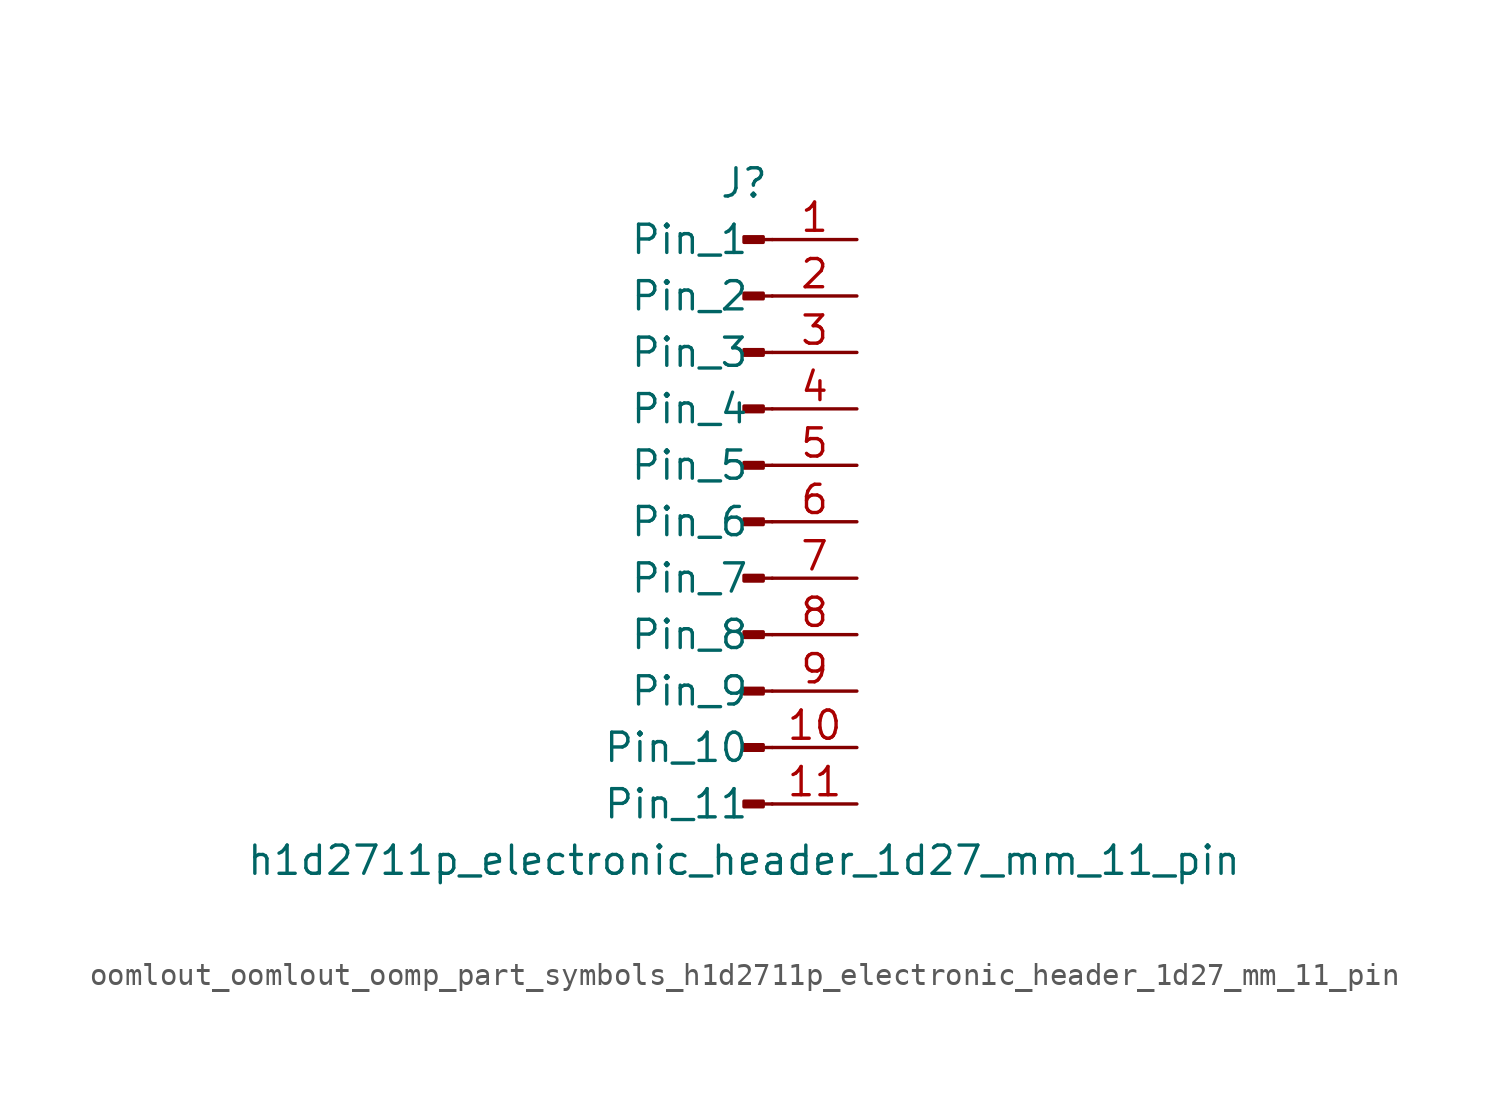
<source format=kicad_sym>
(kicad_symbol_lib
  (version 20220914)
  (generator kicad_symbol_editor)
  (symbol "oomlout_oomlout_oomp_part_symbols_h1d2711p_electronic_header_1d27_mm_11_pin"
    (pin_names
      (offset 1.016))
    (property "Reference" "J"
      (at 0 15.24 0)
      (effects (font (size 1.27 1.27))))
    (property "Value" "h1d2711p_electronic_header_1d27_mm_11_pin"
      (at 0 -15.24 0)
      (effects (font (size 1.27 1.27))))
    (property "ki_locked" ""
      (at 0 0 0)
      (effects (font (size 1.27 1.27))))
    (symbol "oomlout_oomlout_oomp_part_symbols_h1d2711p_electronic_header_1d27_mm_11_pin_1_1"
      (polyline (pts (xy 1.27 -12.7) (xy 0.864 -12.7)) (stroke (width 0.152) (type default)) (fill (type none)))
      (polyline (pts (xy 1.27 -10.16) (xy 0.864 -10.16)) (stroke (width 0.152) (type default)) (fill (type none)))
      (polyline (pts (xy 1.27 -7.62) (xy 0.864 -7.62)) (stroke (width 0.152) (type default)) (fill (type none)))
      (polyline (pts (xy 1.27 -5.08) (xy 0.864 -5.08)) (stroke (width 0.152) (type default)) (fill (type none)))
      (polyline (pts (xy 1.27 -2.54) (xy 0.864 -2.54)) (stroke (width 0.152) (type default)) (fill (type none)))
      (polyline (pts (xy 1.27 0) (xy 0.864 0)) (stroke (width 0.152) (type default)) (fill (type none)))
      (polyline (pts (xy 1.27 2.54) (xy 0.864 2.54)) (stroke (width 0.152) (type default)) (fill (type none)))
      (polyline (pts (xy 1.27 5.08) (xy 0.864 5.08)) (stroke (width 0.152) (type default)) (fill (type none)))
      (polyline (pts (xy 1.27 7.62) (xy 0.864 7.62)) (stroke (width 0.152) (type default)) (fill (type none)))
      (polyline (pts (xy 1.27 10.16) (xy 0.864 10.16)) (stroke (width 0.152) (type default)) (fill (type none)))
      (polyline (pts (xy 1.27 12.7) (xy 0.864 12.7)) (stroke (width 0.152) (type default)) (fill (type none)))
      (rectangle (start 0.864 -12.573) (end 0 -12.827) (stroke (width 0.152) (type default)) (fill (type outline)))
      (rectangle (start 0.864 -10.033) (end 0 -10.287) (stroke (width 0.152) (type default)) (fill (type outline)))
      (rectangle (start 0.864 -7.493) (end 0 -7.747) (stroke (width 0.152) (type default)) (fill (type outline)))
      (rectangle (start 0.864 -4.953) (end 0 -5.207) (stroke (width 0.152) (type default)) (fill (type outline)))
      (rectangle (start 0.864 -2.413) (end 0 -2.667) (stroke (width 0.152) (type default)) (fill (type outline)))
      (rectangle (start 0.864 0.127) (end 0 -0.127) (stroke (width 0.152) (type default)) (fill (type outline)))
      (rectangle (start 0.864 2.667) (end 0 2.413) (stroke (width 0.152) (type default)) (fill (type outline)))
      (rectangle (start 0.864 5.207) (end 0 4.953) (stroke (width 0.152) (type default)) (fill (type outline)))
      (rectangle (start 0.864 7.747) (end 0 7.493) (stroke (width 0.152) (type default)) (fill (type outline)))
      (rectangle (start 0.864 10.287) (end 0 10.033) (stroke (width 0.152) (type default)) (fill (type outline)))
      (rectangle (start 0.864 12.827) (end 0 12.573) (stroke (width 0.152) (type default)) (fill (type outline)))
      (pin passive line (at 5.08 12.7 180) (length 3.81) (name "Pin_1" (effects (font (size 1.27 1.27)))) (number "1" (effects (font (size 1.27 1.27)))))
      (pin passive line (at 5.08 -10.16 180) (length 3.81) (name "Pin_10" (effects (font (size 1.27 1.27)))) (number "10" (effects (font (size 1.27 1.27)))))
      (pin passive line (at 5.08 -12.7 180) (length 3.81) (name "Pin_11" (effects (font (size 1.27 1.27)))) (number "11" (effects (font (size 1.27 1.27)))))
      (pin passive line (at 5.08 10.16 180) (length 3.81) (name "Pin_2" (effects (font (size 1.27 1.27)))) (number "2" (effects (font (size 1.27 1.27)))))
      (pin passive line (at 5.08 7.62 180) (length 3.81) (name "Pin_3" (effects (font (size 1.27 1.27)))) (number "3" (effects (font (size 1.27 1.27)))))
      (pin passive line (at 5.08 5.08 180) (length 3.81) (name "Pin_4" (effects (font (size 1.27 1.27)))) (number "4" (effects (font (size 1.27 1.27)))))
      (pin passive line (at 5.08 2.54 180) (length 3.81) (name "Pin_5" (effects (font (size 1.27 1.27)))) (number "5" (effects (font (size 1.27 1.27)))))
      (pin passive line (at 5.08 0 180) (length 3.81) (name "Pin_6" (effects (font (size 1.27 1.27)))) (number "6" (effects (font (size 1.27 1.27)))))
      (pin passive line (at 5.08 -2.54 180) (length 3.81) (name "Pin_7" (effects (font (size 1.27 1.27)))) (number "7" (effects (font (size 1.27 1.27)))))
      (pin passive line (at 5.08 -5.08 180) (length 3.81) (name "Pin_8" (effects (font (size 1.27 1.27)))) (number "8" (effects (font (size 1.27 1.27)))))
      (pin passive line (at 5.08 -7.62 180) (length 3.81) (name "Pin_9" (effects (font (size 1.27 1.27)))) (number "9" (effects (font (size 1.27 1.27))))))))
</source>
